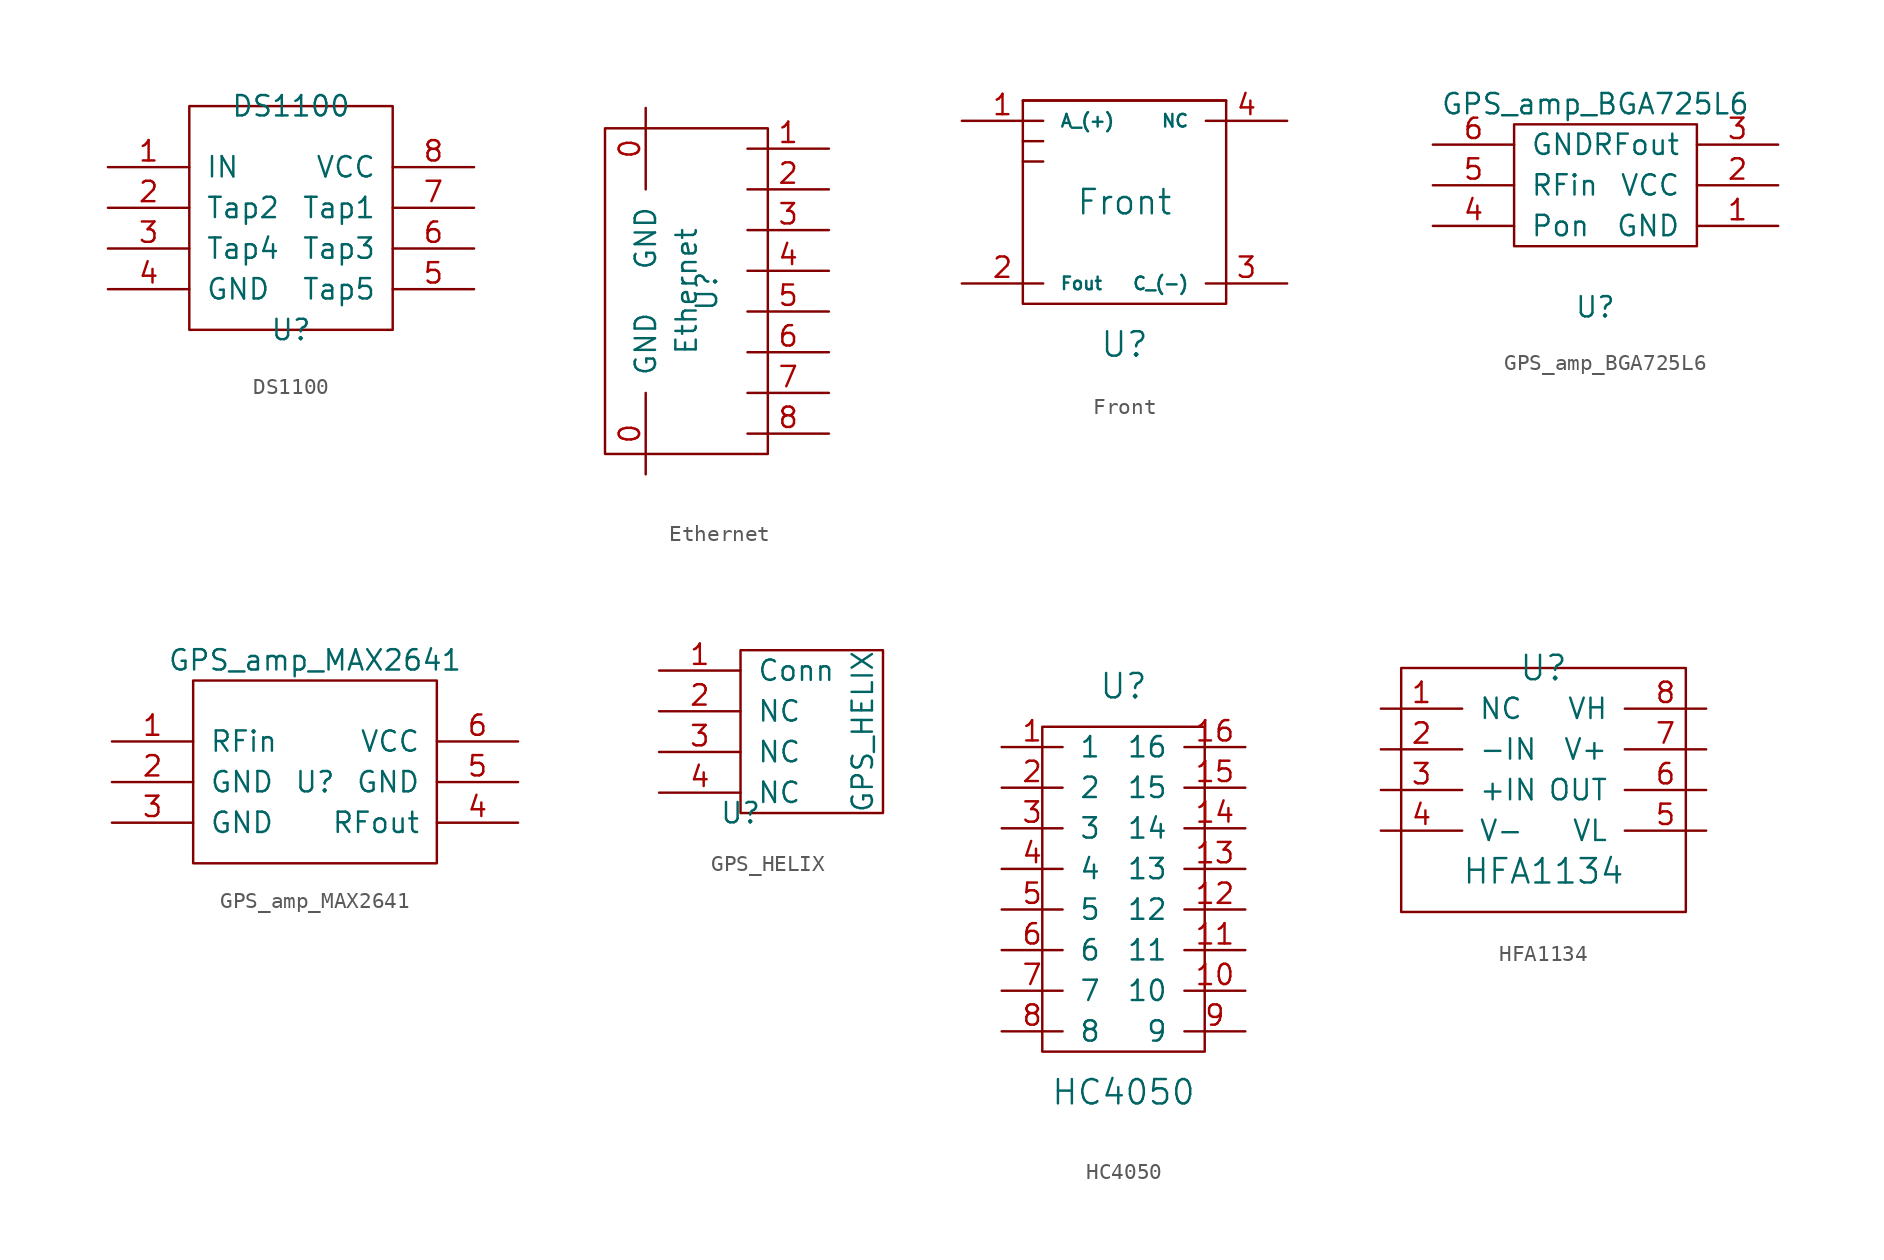
<source format=kicad_sym>
(kicad_symbol_lib
  (version 20220914)
  (generator kicad_symbol_editor)
  (symbol "DS1100"
    (pin_names
      (offset 1.016))
    (property "Reference" "U"
      (at 0 -6.35 0)
      (effects (font (size 1.27 1.27))))
    (property "Value" "DS1100"
      (at 0 7.62 0)
      (effects (font (size 1.27 1.27))))
    (symbol "DS1100_0_1"
      (rectangle (start -6.35 -6.35) (end 6.35 7.62) (stroke (width 0) (type solid)) (fill (type none))))
    (symbol "DS1100_1_1"
      (pin input line (at -11.43 3.81 0) (length 5.08) (name "IN" (effects (font (size 1.27 1.27)))) (number "1" (effects (font (size 1.27 1.27)))))
      (pin input line (at -11.43 1.27 0) (length 5.08) (name "Tap2" (effects (font (size 1.27 1.27)))) (number "2" (effects (font (size 1.27 1.27)))))
      (pin input line (at -11.43 -1.27 0) (length 5.08) (name "Tap4" (effects (font (size 1.27 1.27)))) (number "3" (effects (font (size 1.27 1.27)))))
      (pin input line (at -11.43 -3.81 0) (length 5.08) (name "GND" (effects (font (size 1.27 1.27)))) (number "4" (effects (font (size 1.27 1.27)))))
      (pin input line (at 11.43 -3.81 180) (length 5.08) (name "Tap5" (effects (font (size 1.27 1.27)))) (number "5" (effects (font (size 1.27 1.27)))))
      (pin input line (at 11.43 -1.27 180) (length 5.08) (name "Tap3" (effects (font (size 1.27 1.27)))) (number "6" (effects (font (size 1.27 1.27)))))
      (pin input line (at 11.43 1.27 180) (length 5.08) (name "Tap1" (effects (font (size 1.27 1.27)))) (number "7" (effects (font (size 1.27 1.27)))))
      (pin input line (at 11.43 3.81 180) (length 5.08) (name "VCC" (effects (font (size 1.27 1.27)))) (number "8" (effects (font (size 1.27 1.27)))))))
  (symbol "Ethernet"
    (pin_names
      (offset 1.016))
    (property "Reference" "U"
      (at 3.81 0 90)
      (effects (font (size 1.27 1.27))))
    (property "Value" "Ethernet"
      (at 2.54 0 90)
      (effects (font (size 1.27 1.27))))
    (symbol "Ethernet_0_1"
      (rectangle (start -2.54 10.16) (end 7.62 -10.16) (stroke (width 0) (type solid)) (fill (type none))))
    (symbol "Ethernet_1_1"
      (pin input line (at 0 -11.43 90) (length 5.08) (name "GND" (effects (font (size 1.27 1.27)))) (number "0" (effects (font (size 1.27 1.27)))))
      (pin input line (at 0 11.43 270) (length 5.08) (name "GND" (effects (font (size 1.27 1.27)))) (number "0" (effects (font (size 1.27 1.27)))))
      (pin input line (at 11.43 8.89 180) (length 5.08) (name "~" (effects (font (size 1.27 1.27)))) (number "1" (effects (font (size 1.27 1.27)))))
      (pin input line (at 11.43 6.35 180) (length 5.08) (name "~" (effects (font (size 1.27 1.27)))) (number "2" (effects (font (size 1.27 1.27)))))
      (pin input line (at 11.43 3.81 180) (length 5.08) (name "~" (effects (font (size 1.27 1.27)))) (number "3" (effects (font (size 1.27 1.27)))))
      (pin input line (at 11.43 1.27 180) (length 5.08) (name "~" (effects (font (size 1.27 1.27)))) (number "4" (effects (font (size 1.27 1.27)))))
      (pin input line (at 11.43 -1.27 180) (length 5.08) (name "~" (effects (font (size 1.27 1.27)))) (number "5" (effects (font (size 1.27 1.27)))))
      (pin input line (at 11.43 -3.81 180) (length 5.08) (name "~" (effects (font (size 1.27 1.27)))) (number "6" (effects (font (size 1.27 1.27)))))
      (pin input line (at 11.43 -6.35 180) (length 5.08) (name "~" (effects (font (size 1.27 1.27)))) (number "7" (effects (font (size 1.27 1.27)))))
      (pin input line (at 11.43 -8.89 180) (length 5.08) (name "~" (effects (font (size 1.27 1.27)))) (number "8" (effects (font (size 1.27 1.27)))))))
  (symbol "Front"
    (pin_names
      (offset 1.016))
    (property "Reference" "U"
      (at 0 -8.89 0)
      (effects (font (size 1.524 1.524))))
    (property "Value" "Front"
      (at 0 0 0)
      (effects (font (size 1.524 1.524))))
    (property "Footprint" ""
      (at 0 0 0)
      (effects (font (size 1.524 1.524))))
    (property "Datasheet" ""
      (at 0 0 0)
      (effects (font (size 1.524 1.524))))
    (symbol "Front_0_1"
      (rectangle (start -6.35 2.54) (end -5.08 2.54) (stroke (width 0) (type solid)) (fill (type none)))
      (rectangle (start -6.35 3.81) (end -5.08 3.81) (stroke (width 0) (type solid)) (fill (type none)))
      (rectangle (start -6.35 6.35) (end 6.35 6.35) (stroke (width 0) (type solid)) (fill (type none)))
      (rectangle (start 6.35 6.35) (end -6.35 -6.35) (stroke (width 0) (type solid)) (fill (type none))))
    (symbol "Front_1_1"
      (pin input line (at -10.16 5.08 0) (length 5.08) (name "A_(+)" (effects (font (size 0.787 0.787)))) (number "1" (effects (font (size 1.27 1.27)))))
      (pin input line (at -10.16 -5.08 0) (length 5.08) (name "Fout" (effects (font (size 0.787 0.787)))) (number "2" (effects (font (size 1.27 1.27)))))
      (pin input line (at 10.16 -5.08 180) (length 5.08) (name "C_(-)" (effects (font (size 0.787 0.787)))) (number "3" (effects (font (size 1.27 1.27)))))
      (pin input line (at 10.16 5.08 180) (length 5.08) (name "NC" (effects (font (size 0.787 0.787)))) (number "4" (effects (font (size 1.27 1.27)))))))
  (symbol "GPS_amp_BGA725L6"
    (pin_names
      (offset 1.016))
    (property "Reference" "U"
      (at 0 -7.62 0)
      (effects (font (size 1.27 1.27))))
    (property "Value" "GPS_amp_BGA725L6"
      (at 0 5.08 0)
      (effects (font (size 1.27 1.27))))
    (symbol "GPS_amp_BGA725L6_0_1"
      (rectangle (start -5.08 3.81) (end 6.35 -3.81) (stroke (width 0) (type solid)) (fill (type none))))
    (symbol "GPS_amp_BGA725L6_1_1"
      (pin input line (at 11.43 -2.54 180) (length 5.08) (name "GND" (effects (font (size 1.27 1.27)))) (number "1" (effects (font (size 1.27 1.27)))))
      (pin input line (at 11.43 0 180) (length 5.08) (name "VCC" (effects (font (size 1.27 1.27)))) (number "2" (effects (font (size 1.27 1.27)))))
      (pin input line (at 11.43 2.54 180) (length 5.08) (name "RFout" (effects (font (size 1.27 1.27)))) (number "3" (effects (font (size 1.27 1.27)))))
      (pin input line (at -10.16 -2.54 0) (length 5.08) (name "Pon" (effects (font (size 1.27 1.27)))) (number "4" (effects (font (size 1.27 1.27)))))
      (pin input line (at -10.16 0 0) (length 5.08) (name "RFin" (effects (font (size 1.27 1.27)))) (number "5" (effects (font (size 1.27 1.27)))))
      (pin input line (at -10.16 2.54 0) (length 5.08) (name "GND" (effects (font (size 1.27 1.27)))) (number "6" (effects (font (size 1.27 1.27)))))))
  (symbol "GPS_amp_MAX2641"
    (pin_names
      (offset 1.016))
    (property "Reference" "U"
      (at 0 0 0)
      (effects (font (size 1.27 1.27))))
    (property "Value" "GPS_amp_MAX2641"
      (at 0 7.62 0)
      (effects (font (size 1.27 1.27))))
    (symbol "GPS_amp_MAX2641_0_1"
      (rectangle (start -7.62 6.35) (end 7.62 -5.08) (stroke (width 0) (type solid)) (fill (type none))))
    (symbol "GPS_amp_MAX2641_1_1"
      (pin input line (at -12.7 2.54 0) (length 5.08) (name "RFin" (effects (font (size 1.27 1.27)))) (number "1" (effects (font (size 1.27 1.27)))))
      (pin input line (at -12.7 0 0) (length 5.08) (name "GND" (effects (font (size 1.27 1.27)))) (number "2" (effects (font (size 1.27 1.27)))))
      (pin input line (at -12.7 -2.54 0) (length 5.08) (name "GND" (effects (font (size 1.27 1.27)))) (number "3" (effects (font (size 1.27 1.27)))))
      (pin input line (at 12.7 -2.54 180) (length 5.08) (name "RFout" (effects (font (size 1.27 1.27)))) (number "4" (effects (font (size 1.27 1.27)))))
      (pin input line (at 12.7 0 180) (length 5.08) (name "GND" (effects (font (size 1.27 1.27)))) (number "5" (effects (font (size 1.27 1.27)))))
      (pin input line (at 12.7 2.54 180) (length 5.08) (name "VCC" (effects (font (size 1.27 1.27)))) (number "6" (effects (font (size 1.27 1.27)))))))
  (symbol "GPS_HELIX"
    (pin_names
      (offset 1.016))
    (property "Reference" "U"
      (at 0 -5.08 0)
      (effects (font (size 1.27 1.27))))
    (property "Value" "GPS_HELIX"
      (at 7.62 0 90)
      (effects (font (size 1.27 1.27))))
    (symbol "GPS_HELIX_0_1"
      (rectangle (start 0 5.08) (end 8.89 -5.08) (stroke (width 0) (type solid)) (fill (type none))))
    (symbol "GPS_HELIX_1_1"
      (pin input line (at -5.08 3.81 0) (length 5.08) (name "Conn" (effects (font (size 1.27 1.27)))) (number "1" (effects (font (size 1.27 1.27)))))
      (pin input line (at -5.08 1.27 0) (length 5.08) (name "NC" (effects (font (size 1.27 1.27)))) (number "2" (effects (font (size 1.27 1.27)))))
      (pin input line (at -5.08 -1.27 0) (length 5.08) (name "NC" (effects (font (size 1.27 1.27)))) (number "3" (effects (font (size 1.27 1.27)))))
      (pin input line (at -5.08 -3.81 0) (length 5.08) (name "NC" (effects (font (size 1.27 1.27)))) (number "4" (effects (font (size 1.27 1.27)))))))
  (symbol "HC4050"
    (pin_names
      (offset 1.016))
    (property "Reference" "U"
      (at 0 10.16 0)
      (effects (font (size 1.524 1.524))))
    (property "Value" "HC4050"
      (at 0 -15.24 0)
      (effects (font (size 1.524 1.524))))
    (property "Footprint" ""
      (at 0 0 0)
      (effects (font (size 1.524 1.524))))
    (property "Datasheet" ""
      (at 0 0 0)
      (effects (font (size 1.524 1.524))))
    (symbol "HC4050_0_1"
      (rectangle (start -5.08 7.62) (end 5.08 -12.7) (stroke (width 0) (type solid)) (fill (type none))))
    (symbol "HC4050_1_1"
      (pin passive line (at -7.62 6.35 0) (length 3.81) (name "1" (effects (font (size 1.27 1.27)))) (number "1" (effects (font (size 1.27 1.27)))))
      (pin passive line (at 7.62 -8.89 180) (length 3.81) (name "10" (effects (font (size 1.27 1.27)))) (number "10" (effects (font (size 1.27 1.27)))))
      (pin passive line (at 7.62 -6.35 180) (length 3.81) (name "11" (effects (font (size 1.27 1.27)))) (number "11" (effects (font (size 1.27 1.27)))))
      (pin passive line (at 7.62 -3.81 180) (length 3.81) (name "12" (effects (font (size 1.27 1.27)))) (number "12" (effects (font (size 1.27 1.27)))))
      (pin passive line (at 7.62 -1.27 180) (length 3.81) (name "13" (effects (font (size 1.27 1.27)))) (number "13" (effects (font (size 1.27 1.27)))))
      (pin passive line (at 7.62 1.27 180) (length 3.81) (name "14" (effects (font (size 1.27 1.27)))) (number "14" (effects (font (size 1.27 1.27)))))
      (pin passive line (at 7.62 3.81 180) (length 3.81) (name "15" (effects (font (size 1.27 1.27)))) (number "15" (effects (font (size 1.27 1.27)))))
      (pin passive line (at 7.62 6.35 180) (length 3.81) (name "16" (effects (font (size 1.27 1.27)))) (number "16" (effects (font (size 1.27 1.27)))))
      (pin passive line (at -7.62 3.81 0) (length 3.81) (name "2" (effects (font (size 1.27 1.27)))) (number "2" (effects (font (size 1.27 1.27)))))
      (pin passive line (at -7.62 1.27 0) (length 3.81) (name "3" (effects (font (size 1.27 1.27)))) (number "3" (effects (font (size 1.27 1.27)))))
      (pin passive line (at -7.62 -1.27 0) (length 3.81) (name "4" (effects (font (size 1.27 1.27)))) (number "4" (effects (font (size 1.27 1.27)))))
      (pin passive line (at -7.62 -3.81 0) (length 3.81) (name "5" (effects (font (size 1.27 1.27)))) (number "5" (effects (font (size 1.27 1.27)))))
      (pin passive line (at -7.62 -6.35 0) (length 3.81) (name "6" (effects (font (size 1.27 1.27)))) (number "6" (effects (font (size 1.27 1.27)))))
      (pin passive line (at -7.62 -8.89 0) (length 3.81) (name "7" (effects (font (size 1.27 1.27)))) (number "7" (effects (font (size 1.27 1.27)))))
      (pin passive line (at -7.62 -11.43 0) (length 3.81) (name "8" (effects (font (size 1.27 1.27)))) (number "8" (effects (font (size 1.27 1.27)))))
      (pin passive line (at 7.62 -11.43 180) (length 3.81) (name "9" (effects (font (size 1.27 1.27)))) (number "9" (effects (font (size 1.27 1.27)))))))
  (symbol "HFA1134"
    (pin_names
      (offset 1.016))
    (property "Reference" "U"
      (at 0 6.35 0)
      (effects (font (size 1.524 1.524))))
    (property "Value" "HFA1134"
      (at 0 -6.35 0)
      (effects (font (size 1.524 1.524))))
    (property "Footprint" ""
      (at 0 0 0)
      (effects (font (size 1.524 1.524))))
    (property "Datasheet" ""
      (at 0 0 0)
      (effects (font (size 1.524 1.524))))
    (symbol "HFA1134_0_1"
      (rectangle (start -8.89 6.35) (end 8.89 -8.89) (stroke (width 0) (type solid)) (fill (type none))))
    (symbol "HFA1134_1_1"
      (pin input line (at -10.16 3.81 0) (length 5.08) (name "NC" (effects (font (size 1.27 1.27)))) (number "1" (effects (font (size 1.27 1.27)))))
      (pin input line (at -10.16 1.27 0) (length 5.08) (name "-IN" (effects (font (size 1.27 1.27)))) (number "2" (effects (font (size 1.27 1.27)))))
      (pin input line (at -10.16 -1.27 0) (length 5.08) (name "+IN" (effects (font (size 1.27 1.27)))) (number "3" (effects (font (size 1.27 1.27)))))
      (pin input line (at -10.16 -3.81 0) (length 5.08) (name "V-" (effects (font (size 1.27 1.27)))) (number "4" (effects (font (size 1.27 1.27)))))
      (pin input line (at 10.16 -3.81 180) (length 5.08) (name "VL" (effects (font (size 1.27 1.27)))) (number "5" (effects (font (size 1.27 1.27)))))
      (pin input line (at 10.16 -1.27 180) (length 5.08) (name "OUT" (effects (font (size 1.27 1.27)))) (number "6" (effects (font (size 1.27 1.27)))))
      (pin input line (at 10.16 1.27 180) (length 5.08) (name "V+" (effects (font (size 1.27 1.27)))) (number "7" (effects (font (size 1.27 1.27)))))
      (pin input line (at 10.16 3.81 180) (length 5.08) (name "VH" (effects (font (size 1.27 1.27)))) (number "8" (effects (font (size 1.27 1.27))))))))
</source>
